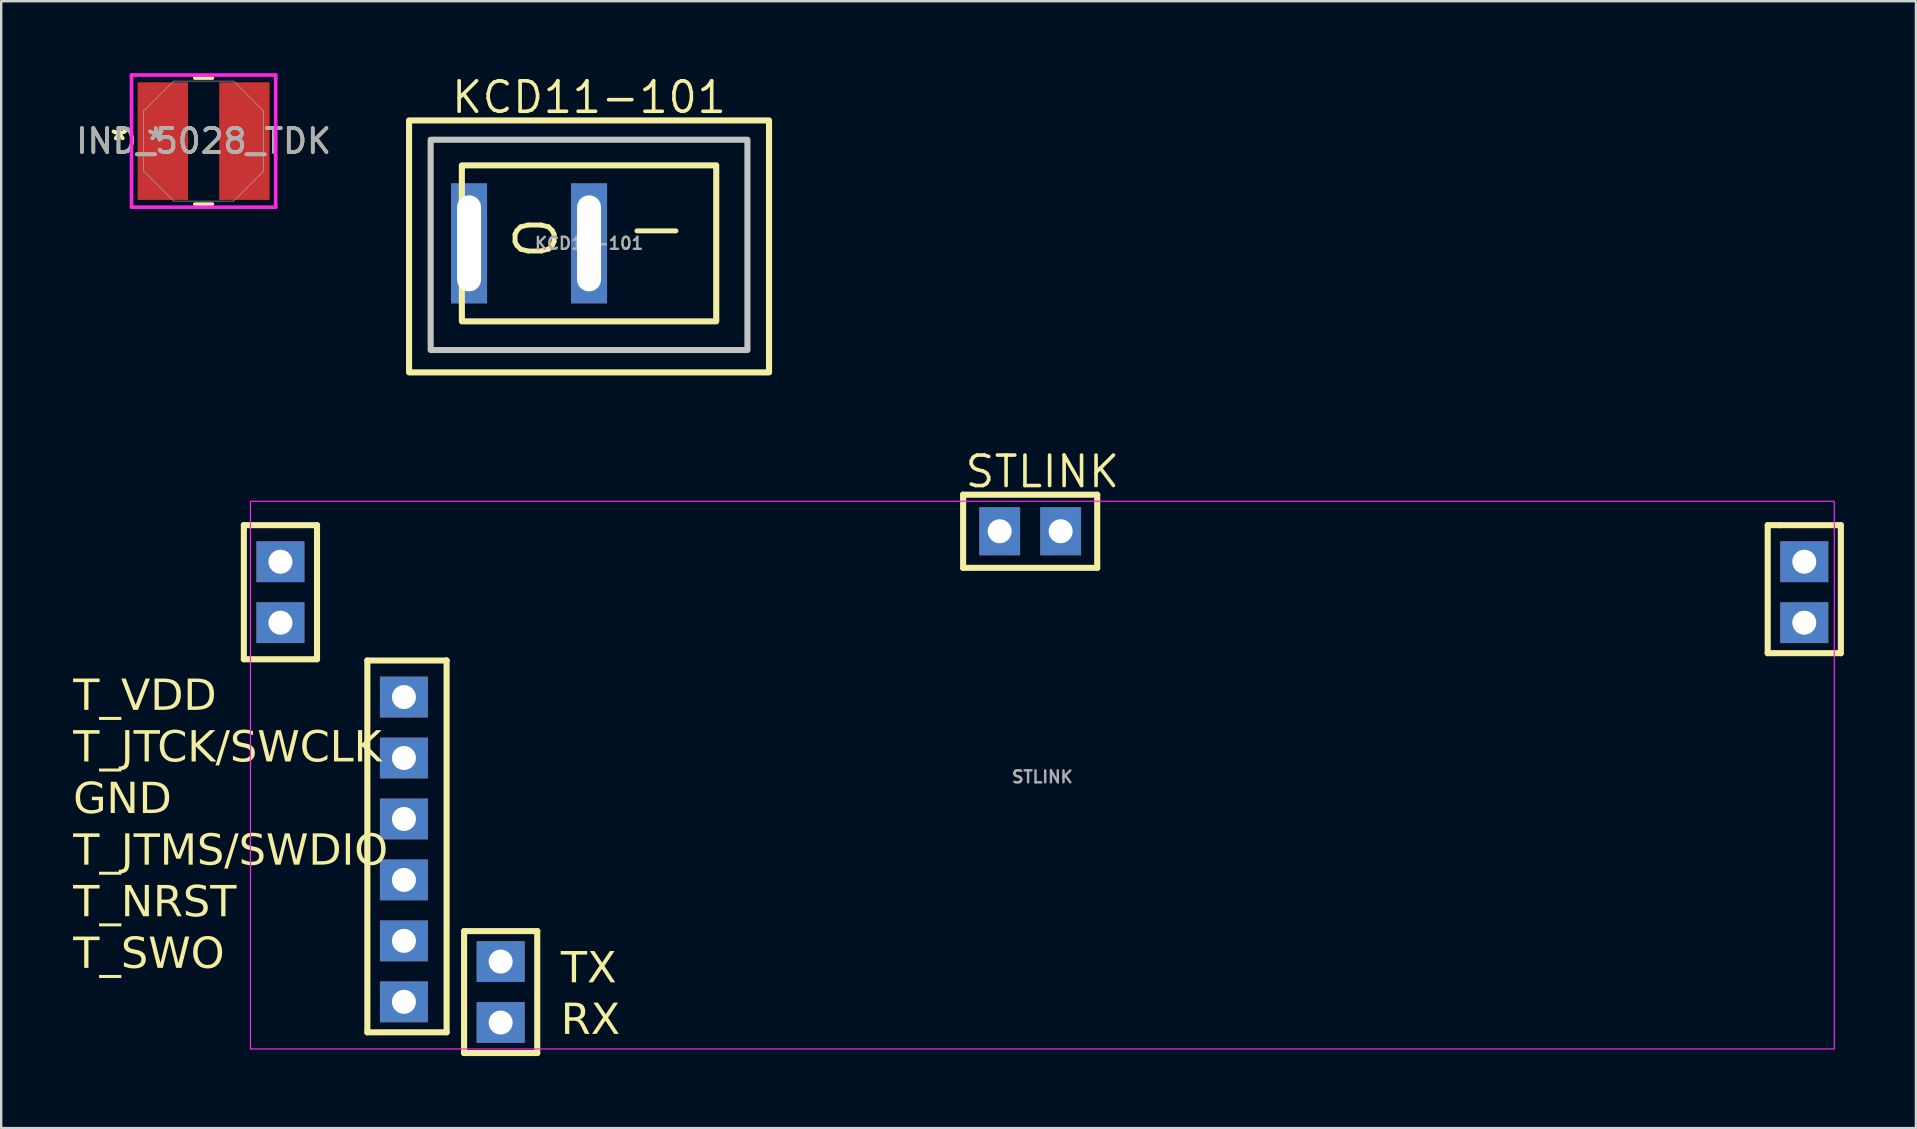
<source format=kicad_pcb>
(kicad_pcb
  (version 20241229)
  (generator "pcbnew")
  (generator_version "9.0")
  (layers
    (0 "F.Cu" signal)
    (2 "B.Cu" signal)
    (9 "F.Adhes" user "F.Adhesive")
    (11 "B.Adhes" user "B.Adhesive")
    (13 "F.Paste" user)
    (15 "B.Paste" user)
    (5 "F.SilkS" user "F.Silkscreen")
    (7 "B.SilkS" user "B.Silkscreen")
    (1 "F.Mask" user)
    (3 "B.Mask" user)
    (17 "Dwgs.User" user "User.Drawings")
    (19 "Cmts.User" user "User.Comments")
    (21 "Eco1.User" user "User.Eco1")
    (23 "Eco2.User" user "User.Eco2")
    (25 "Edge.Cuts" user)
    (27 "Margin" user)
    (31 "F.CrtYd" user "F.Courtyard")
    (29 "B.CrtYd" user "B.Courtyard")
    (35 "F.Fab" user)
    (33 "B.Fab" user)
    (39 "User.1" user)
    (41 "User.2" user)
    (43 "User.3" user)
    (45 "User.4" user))
  (footprint "STLINK"
    (layer "F.Cu")
    (at 40.386 29.324)
    (property "Reference" "STLINK" (at 0 -12.722 0) (layer "F.SilkS") (effects (font (size 1.27 1.27) (thickness 0.15))))
    (fp_line (start -33.274 -10.49) (end -30.226 -10.49) (stroke (width 0.254) (type default)) (layer "F.SilkS"))
    (fp_line (start -33.274 -4.902) (end -33.274 -10.49) (stroke (width 0.254) (type default)) (layer "F.SilkS"))
    (fp_line (start -30.226 -10.49) (end -30.226 -4.902) (stroke (width 0.254) (type default)) (layer "F.SilkS"))
    (fp_line (start -30.226 -4.902) (end -33.274 -4.902) (stroke (width 0.254) (type default)) (layer "F.SilkS"))
    (fp_line (start -28.128 -4.851) (end -24.826 -4.851) (stroke (width 0.254) (type default)) (layer "F.SilkS"))
    (fp_line (start -28.128 10.643) (end -28.128 -4.851) (stroke (width 0.254) (type default)) (layer "F.SilkS"))
    (fp_line (start -24.826 -4.851) (end -24.826 10.643) (stroke (width 0.254) (type default)) (layer "F.SilkS"))
    (fp_line (start -24.826 10.643) (end -28.128 10.643) (stroke (width 0.254) (type default)) (layer "F.SilkS"))
    (fp_line (start -24.097 6.426) (end -21.049 6.426) (stroke (width 0.254) (type default)) (layer "F.SilkS"))
    (fp_line (start -24.097 11.506) (end -24.097 6.426) (stroke (width 0.254) (type default)) (layer "F.SilkS"))
    (fp_line (start -21.049 6.426) (end -21.049 11.506) (stroke (width 0.254) (type default)) (layer "F.SilkS"))
    (fp_line (start -21.049 11.506) (end -24.097 11.506) (stroke (width 0.254) (type default)) (layer "F.SilkS"))
    (fp_line (start -3.302 -11.76) (end 2.286 -11.76) (stroke (width 0.254) (type default)) (layer "F.SilkS"))
    (fp_line (start -3.302 -8.712) (end -3.302 -11.76) (stroke (width 0.254) (type default)) (layer "F.SilkS"))
    (fp_line (start 2.286 -11.76) (end 2.286 -8.712) (stroke (width 0.254) (type default)) (layer "F.SilkS"))
    (fp_line (start 2.286 -8.712) (end -3.302 -8.712) (stroke (width 0.254) (type default)) (layer "F.SilkS"))
    (fp_line (start 30.226 -10.49) (end 30.734 -10.49) (stroke (width 0.254) (type default)) (layer "F.SilkS"))
    (fp_line (start 30.226 -5.156) (end 30.226 -10.49) (stroke (width 0.254) (type default)) (layer "F.SilkS"))
    (fp_line (start 30.734 -10.49) (end 33.274 -10.49) (stroke (width 0.254) (type default)) (layer "F.SilkS"))
    (fp_line (start 33.274 -10.49) (end 33.274 -5.156) (stroke (width 0.254) (type default)) (layer "F.SilkS"))
    (fp_line (start 33.274 -5.156) (end 30.226 -5.156) (stroke (width 0.254) (type default)) (layer "F.SilkS"))
    (fp_rect (start -33 -11.486) (end 33 11.336) (stroke (width 0.05) (type default)) (fill no) (layer "F.CrtYd"))
    (fp_text user "TX\nRX" (at -20.066 7.28 0) (unlocked yes) (layer "F.SilkS") (effects (font (face "NotoSerifCJKsc-Medium") (size 1.28 1.28) (thickness 0.203)) (justify left top)))
    (fp_text user "T_VDD\nT_JTCK/SWCLK\nGND\nT_JTMS/SWDIO\nT_NRST\nT_SWO" (at -40.386 -4.074 0) (unlocked yes) (layer "F.SilkS") (effects (font (face "NotoSerifCJKsc-Medium") (size 1.28 1.28) (thickness 0.203)) (justify left top)))
    (fp_text user "${REFERENCE}" (at 0 0 0) (layer "F.Fab") (effects (font (size 0.5 0.5) (thickness 0.1))))
    (pad "201" thru_hole rect (at -26.604 -3.327) (size 2 1.7) (drill 1) (layers "*.Cu" "*.Mask"))
    (pad "202" thru_hole rect (at -26.604 -0.787) (size 2 1.7) (drill 1) (layers "*.Cu" "*.Mask"))
    (pad "203" thru_hole rect (at -26.604 1.753) (size 2 1.7) (drill 1) (layers "*.Cu" "*.Mask"))
    (pad "204" thru_hole rect (at -26.604 4.293) (size 2 1.7) (drill 1) (layers "*.Cu" "*.Mask"))
    (pad "205" thru_hole rect (at -26.604 6.833) (size 2 1.7) (drill 1) (layers "*.Cu" "*.Mask"))
    (pad "206" thru_hole rect (at -26.604 9.373) (size 2 1.7) (drill 1) (layers "*.Cu" "*.Mask"))
    (pad "207" thru_hole rect (at -22.573 7.696) (size 2 1.7) (drill 1) (layers "*.Cu" "*.Mask"))
    (pad "208" thru_hole rect (at -22.573 10.236) (size 2 1.7) (drill 1) (layers "*.Cu" "*.Mask"))
    (pad "209" thru_hole rect (at -1.778 -10.236 90) (size 2 1.7) (drill 1) (layers "*.Cu" "*.Mask"))
    (pad "210" thru_hole rect (at 0.762 -10.236 90) (size 2 1.7) (drill 1) (layers "*.Cu" "*.Mask"))
    (pad "301" thru_hole rect (at -31.75 -8.966) (size 2 1.7) (drill 1) (layers "*.Cu" "*.Mask"))
    (pad "302" thru_hole rect (at -31.75 -6.426) (size 2 1.7) (drill 1) (layers "*.Cu" "*.Mask"))
    (pad "303" thru_hole rect (at 31.75 -8.966) (size 2 1.7) (drill 1) (layers "*.Cu" "*.Mask"))
    (pad "304" thru_hole rect (at 31.75 -6.426) (size 2 1.7) (drill 1) (layers "*.Cu" "*.Mask")))
  (footprint "IND_5028_TDK"
    (layer "F.Cu")
    (at 5.435 2.83)
    (property "Reference" "IND_5028_TDK" (at 0 0 0) (unlocked yes) (layer "F.SilkS") (effects (font (size 1 1) (thickness 0.15))))
    (attr smd)
    (fp_line (start -0.368 2.627) (end 0.368 2.627) (stroke (width 0.152) (type solid)) (layer "F.SilkS"))
    (fp_line (start 0.368 -2.627) (end -0.368 -2.627) (stroke (width 0.152) (type solid)) (layer "F.SilkS"))
    (fp_line (start -3.004 -2.754) (end 3.004 -2.754) (stroke (width 0.152) (type solid)) (layer "F.CrtYd"))
    (fp_line (start -3.004 2.754) (end -3.004 -2.754) (stroke (width 0.152) (type solid)) (layer "F.CrtYd"))
    (fp_line (start 3.004 -2.754) (end 3.004 2.754) (stroke (width 0.152) (type solid)) (layer "F.CrtYd"))
    (fp_line (start 3.004 2.754) (end -3.004 2.754) (stroke (width 0.152) (type solid)) (layer "F.CrtYd"))
    (fp_line (start -2.5 -1.25) (end -2.5 1.25) (stroke (width 0.025) (type solid)) (layer "F.Fab"))
    (fp_line (start -2.5 1.25) (end -1.25 2.5) (stroke (width 0.025) (type solid)) (layer "F.Fab"))
    (fp_line (start -1.25 -2.5) (end -2.5 -1.25) (stroke (width 0.025) (type solid)) (layer "F.Fab"))
    (fp_line (start -1.25 2.5) (end 1.25 2.5) (stroke (width 0.025) (type solid)) (layer "F.Fab"))
    (fp_line (start 1.25 -2.5) (end -1.25 -2.5) (stroke (width 0.025) (type solid)) (layer "F.Fab"))
    (fp_line (start 1.25 2.5) (end 2.5 1.25) (stroke (width 0.025) (type solid)) (layer "F.Fab"))
    (fp_line (start 2.5 -1.25) (end 1.25 -2.5) (stroke (width 0.025) (type solid)) (layer "F.Fab"))
    (fp_line (start 2.5 1.25) (end 2.5 -1.25) (stroke (width 0.025) (type solid)) (layer "F.Fab"))
    (fp_text user "*" (at -3.516 0 0) (layer "F.SilkS") (effects (font (size 1 1) (thickness 0.15))))
    (fp_text user "*" (at -3.516 0 0) (unlocked yes) (layer "F.SilkS") (effects (font (size 1 1) (thickness 0.15))))
    (fp_text user "*" (at -1.992 0 0) (unlocked yes) (layer "F.Fab") (effects (font (size 1 1) (thickness 0.15))))
    (fp_text user "*" (at -1.992 0 0) (layer "F.Fab") (effects (font (size 1 1) (thickness 0.15))))
    (fp_text user "${REFERENCE}" (at 0 0 0) (unlocked yes) (layer "F.Fab") (effects (font (size 1 1) (thickness 0.15))))
    (pad "1" smd rect (at -1.7 0) (size 2.1 4.9) (layers "F.Cu" "F.Mask" "F.Paste"))
    (pad "2" smd rect (at 1.7 0) (size 2.1 4.9) (layers "F.Cu" "F.Mask" "F.Paste")))
  (footprint "KCD11-101"
    (layer "F.Cu")
    (at 21.496 7.091)
    (property "Reference" "KCD11-101" (at 0.0001 -6.085 0) (layer "F.SilkS") (effects (font (size 1.27 1.27) (thickness 0.15))))
    (fp_rect (start -7.5 -5.123) (end 7.5 5.377) (stroke (width 0.254) (type default)) (fill no) (layer "F.SilkS"))
    (fp_rect (start -5.3 -3.25) (end 5.3 3.25) (stroke (width 0.254) (type default)) (fill no) (layer "F.SilkS"))
    (fp_rect (start -6.6 -4.318) (end 6.6 4.445) (stroke (width 0.254) (type default)) (fill no) (layer "Dwgs.User"))
    (fp_text user "I" (at 1.93 0 90) (unlocked yes) (layer "F.SilkS") (effects (font (size 1.626 1.626) (thickness 0.203)) (justify left top)))
    (fp_text user "O" (at -3.15 0.762 90) (unlocked yes) (layer "F.SilkS") (effects (font (size 1.626 1.626) (thickness 0.203)) (justify left top)))
    (fp_text user "${REFERENCE}" (at 0 0 0) (layer "F.Fab") (effects (font (size 0.5 0.5) (thickness 0.1))))
    (pad "1" thru_hole rect (at -5 0 90) (size 5 1.5) (drill oval 4 1) (layers "*.Cu" "*.Mask"))
    (pad "2" thru_hole rect (at 0 0 90) (size 5 1.5) (drill oval 4 1) (layers "*.Cu" "*.Mask")))
  (gr_rect
    (start -3 -3)
    (end 76.787 43.957)
    (stroke (width 0.1) (type default))
    (fill no)
    (layer "Edge.Cuts")))
</source>
